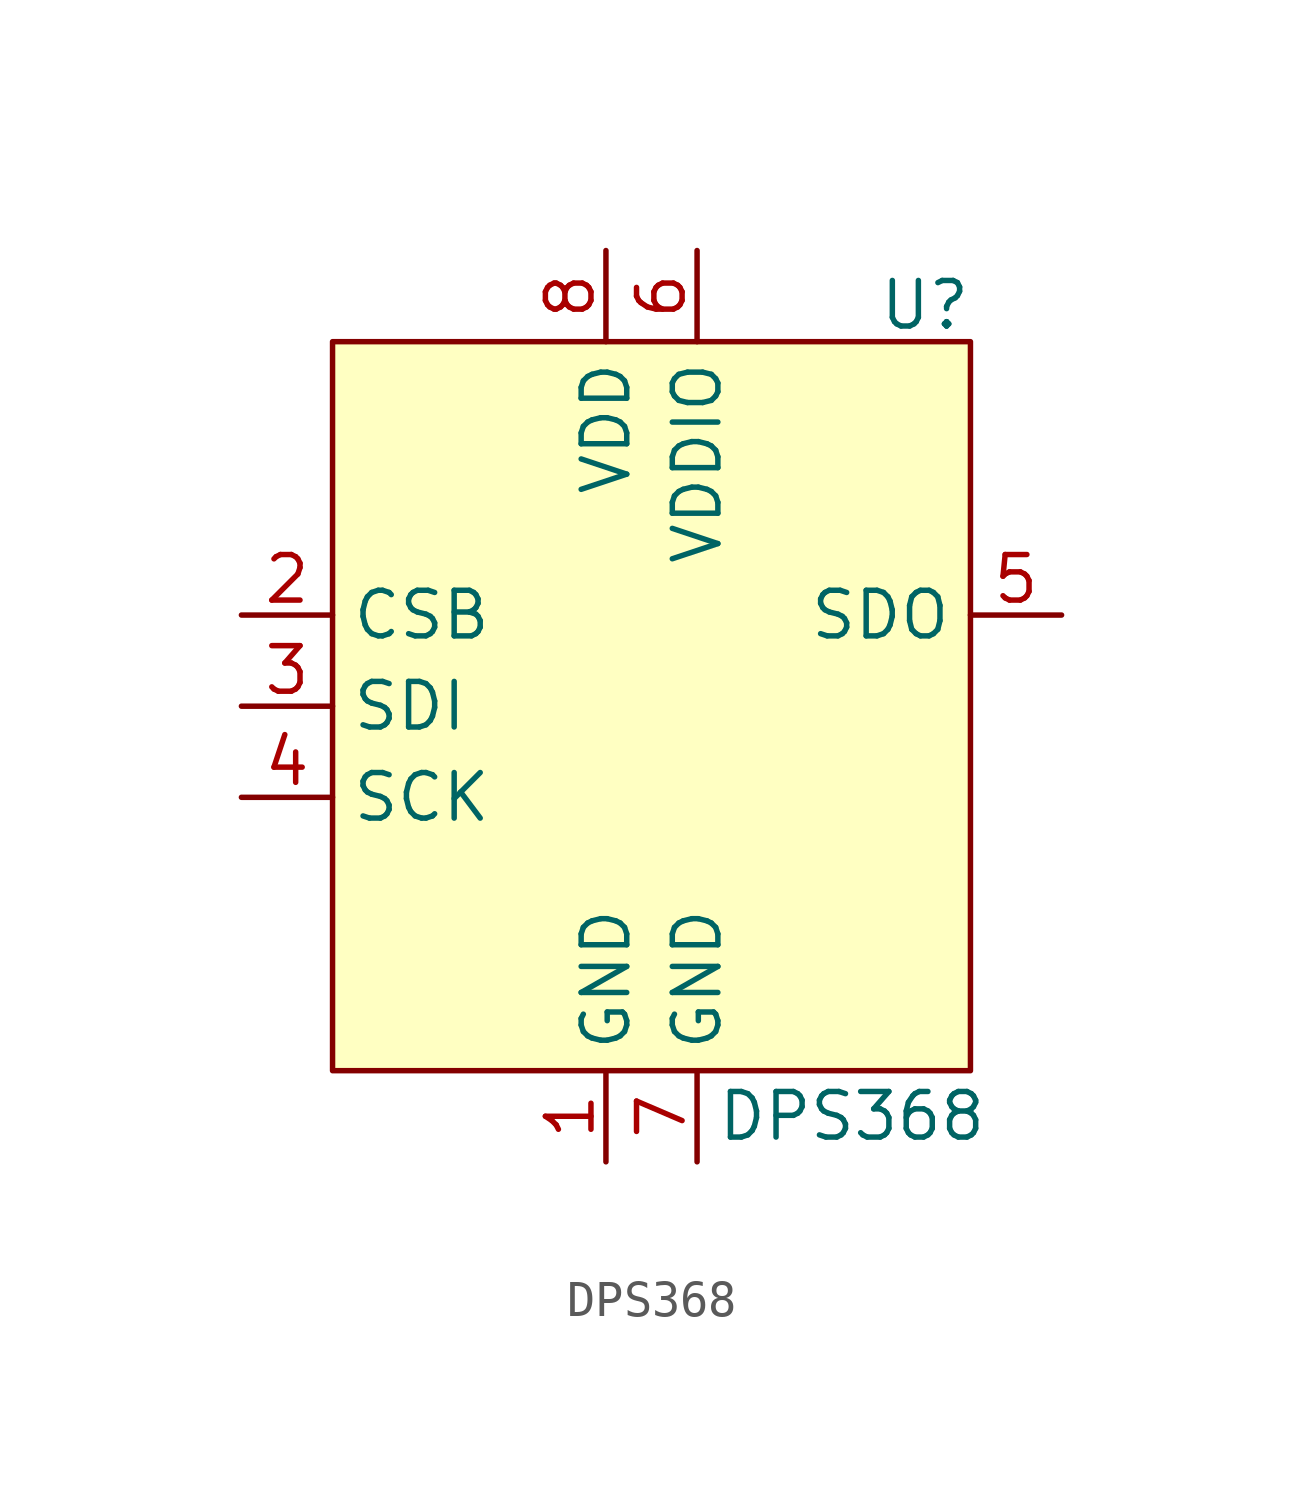
<source format=kicad_sym>
(kicad_symbol_lib
  (version 20231120)
  (generator "kicad_symbol_editor")
  (generator_version "8.0")
  (symbol "DPS368"
    (property "Reference" "U"
      (at 7.62 6.096 0)
      (effects (font (size 1.27 1.27))))
    (property "Value" "DPS368"
      (at 5.588 -16.51 0)
      (effects (font (size 1.27 1.27))))
    (symbol "DPS368_0_0"
      (pin passive line (at -1.27 -17.78 90) (length 2.54) (name "GND" (effects (font (size 1.27 1.27)))) (number "1" (effects (font (size 1.27 1.27)))))
      (pin passive line (at -11.43 -2.54 0) (length 2.54) (name "CSB" (effects (font (size 1.27 1.27)))) (number "2" (effects (font (size 1.27 1.27)))))
      (pin passive line (at -11.43 -5.08 0) (length 2.54) (name "SDI" (effects (font (size 1.27 1.27)))) (number "3" (effects (font (size 1.27 1.27)))))
      (pin passive line (at -11.43 -7.62 0) (length 2.54) (name "SCK" (effects (font (size 1.27 1.27)))) (number "4" (effects (font (size 1.27 1.27)))))
      (pin passive line (at 11.43 -2.54 180) (length 2.54) (name "SDO" (effects (font (size 1.27 1.27)))) (number "5" (effects (font (size 1.27 1.27)))))
      (pin passive line (at 1.27 7.62 270) (length 2.54) (name "VDDIO" (effects (font (size 1.27 1.27)))) (number "6" (effects (font (size 1.27 1.27)))))
      (pin passive line (at 1.27 -17.78 90) (length 2.54) (name "GND" (effects (font (size 1.27 1.27)))) (number "7" (effects (font (size 1.27 1.27)))))
      (pin passive line (at -1.27 7.62 270) (length 2.54) (name "VDD" (effects (font (size 1.27 1.27)))) (number "8" (effects (font (size 1.27 1.27))))))
    (symbol "DPS368_1_1"
      (rectangle (start -8.89 5.08) (end 8.89 -15.24) (stroke (width 0) (type default)) (fill (type background))))))
</source>
